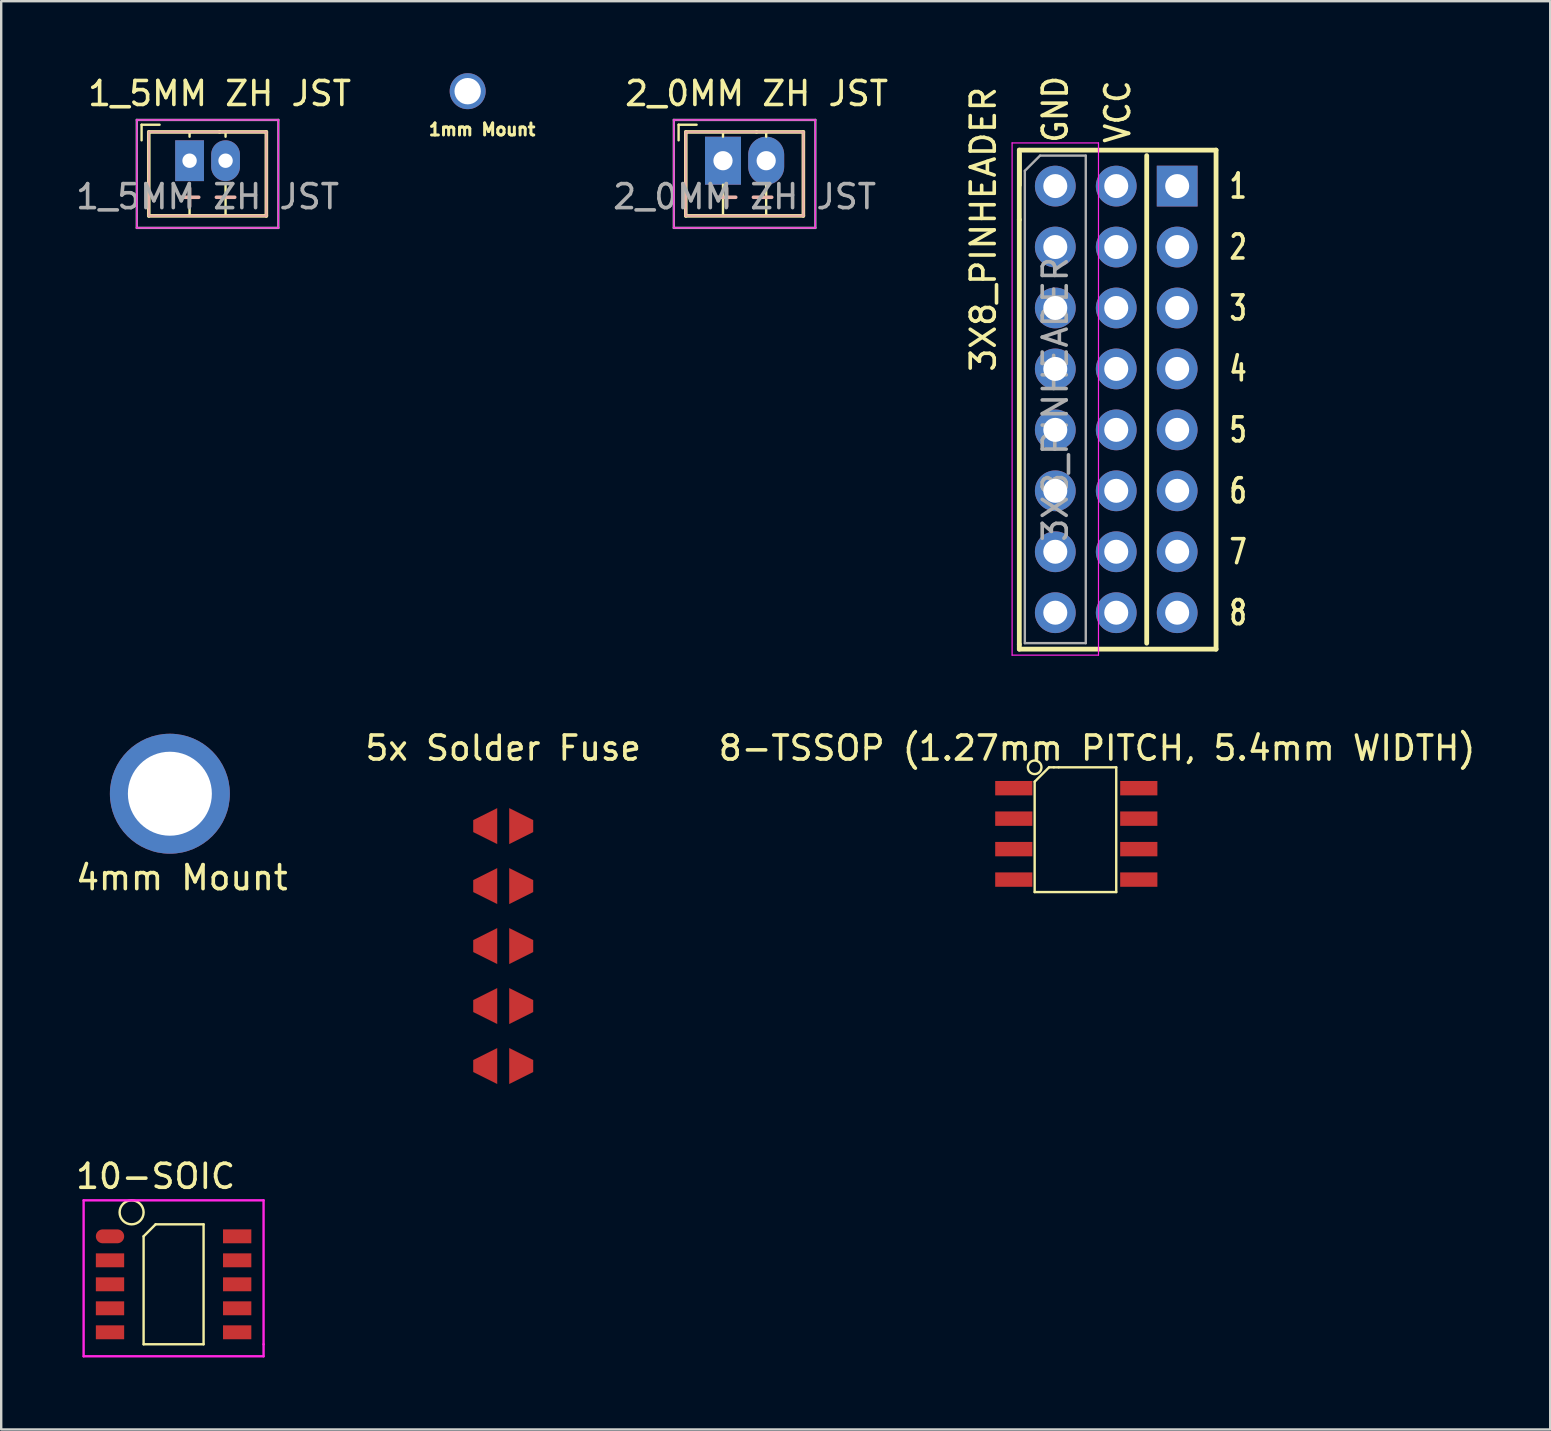
<source format=kicad_pcb>
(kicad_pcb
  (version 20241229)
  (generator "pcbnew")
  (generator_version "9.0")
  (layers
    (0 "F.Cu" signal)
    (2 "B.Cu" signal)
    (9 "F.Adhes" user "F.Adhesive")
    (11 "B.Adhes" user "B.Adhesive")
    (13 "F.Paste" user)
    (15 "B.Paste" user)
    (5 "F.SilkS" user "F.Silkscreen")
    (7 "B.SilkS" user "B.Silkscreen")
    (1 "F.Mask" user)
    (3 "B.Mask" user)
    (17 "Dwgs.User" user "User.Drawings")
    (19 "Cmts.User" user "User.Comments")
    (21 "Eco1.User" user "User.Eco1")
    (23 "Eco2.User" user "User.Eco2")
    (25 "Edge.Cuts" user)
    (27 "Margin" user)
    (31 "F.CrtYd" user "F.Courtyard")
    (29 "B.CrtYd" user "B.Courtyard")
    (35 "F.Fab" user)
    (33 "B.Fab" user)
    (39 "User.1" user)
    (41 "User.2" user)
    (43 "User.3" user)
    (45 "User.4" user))
  (footprint "1_5MM ZH JST"
    (layer "F.Cu")
    (at 4.601 3.648)
    (property "Reference" "1_5MM ZH JST" (at 1.5 -2.8 0) (layer "F.SilkS") (effects (font (size 1 1) (thickness 0.15))))
    (attr through_hole)
    (fp_line (start -1.75 -1.5) (end -1.75 -0.85) (stroke (width 0.1) (type solid)) (layer "F.SilkS"))
    (fp_line (start -1.45 -1.2) (end -1.45 2.3) (stroke (width 0.15) (type solid)) (layer "F.SilkS"))
    (fp_line (start -1.45 2.3) (end 3.45 2.3) (stroke (width 0.15) (type solid)) (layer "F.SilkS"))
    (fp_line (start -1 -1.5) (end -1.75 -1.5) (stroke (width 0.1) (type solid)) (layer "F.SilkS"))
    (fp_line (start 0.25 -1.2) (end 0.25 -1) (stroke (width 0.1) (type solid)) (layer "F.SilkS"))
    (fp_line (start 0.25 1) (end 0.25 2.3) (stroke (width 0.1) (type solid)) (layer "F.SilkS"))
    (fp_line (start 1.5 -1.2) (end -1.45 -1.2) (stroke (width 0.15) (type solid)) (layer "F.SilkS"))
    (fp_line (start 1.75 -1) (end 1.75 -1.2) (stroke (width 0.1) (type solid)) (layer "F.SilkS"))
    (fp_line (start 1.75 1) (end 1.75 2.3) (stroke (width 0.1) (type solid)) (layer "F.SilkS"))
    (fp_line (start 3.45 -1.2) (end 1.5 -1.2) (stroke (width 0.15) (type solid)) (layer "F.SilkS"))
    (fp_line (start 3.45 2.3) (end 3.45 -1.2) (stroke (width 0.15) (type solid)) (layer "F.SilkS"))
    (fp_line (start -1.45 -1.2) (end -1.45 2.3) (stroke (width 0.1) (type solid)) (layer "B.SilkS"))
    (fp_line (start -1.45 2.3) (end 3.45 2.3) (stroke (width 0.1) (type solid)) (layer "B.SilkS"))
    (fp_line (start 3.45 -1.2) (end -1.45 -1.2) (stroke (width 0.1) (type solid)) (layer "B.SilkS"))
    (fp_line (start 3.45 2.3) (end 3.45 -1.2) (stroke (width 0.1) (type solid)) (layer "B.SilkS"))
    (fp_line (start -1.95 -1.7) (end -1.95 2.8) (stroke (width 0.05) (type solid)) (layer "F.CrtYd"))
    (fp_line (start -1.95 2.8) (end 3.95 2.8) (stroke (width 0.05) (type solid)) (layer "F.CrtYd"))
    (fp_line (start 3.95 -1.7) (end -1.95 -1.7) (stroke (width 0.05) (type solid)) (layer "F.CrtYd"))
    (fp_line (start 3.95 2.8) (end 3.95 -1.7) (stroke (width 0.05) (type solid)) (layer "F.CrtYd"))
    (fp_line (start -1.95 -1.7) (end -1.95 2.8) (stroke (width 0.1) (type solid)) (layer "F.Fab"))
    (fp_line (start -1.95 2.8) (end 3.95 2.8) (stroke (width 0.1) (type solid)) (layer "F.Fab"))
    (fp_line (start 3.95 -1.7) (end -1.95 -1.7) (stroke (width 0.1) (type solid)) (layer "F.Fab"))
    (fp_line (start 3.95 2.8) (end 3.95 -1.7) (stroke (width 0.1) (type solid)) (layer "F.Fab"))
    (fp_text user "+" (at 0.25 1.45 0) (layer "B.SilkS") (effects (font (size 1 1) (thickness 0.15)) (justify mirror)))
    (fp_text user "-" (at 1.75 1.45 0) (layer "B.SilkS") (effects (font (size 1 1) (thickness 0.15)) (justify mirror)))
    (fp_text user "${REFERENCE}" (at 1 1.5 0) (layer "F.Fab") (effects (font (size 1 1) (thickness 0.15))))
    (pad "1" thru_hole rect (at 0.25 0) (size 1.2 1.7) (drill 0.6) (layers "*.Cu" "*.Mask"))
    (pad "2" thru_hole oval (at 1.75 0) (size 1.2 1.7) (drill 0.6) (layers "*.Cu" "*.Mask")))
  (footprint "10-SOIC"
    (layer "F.Cu")
    (at 3.435 45.478)
    (property "Reference" "10-SOIC" (at 0 0.5 0) (layer "F.SilkS") (effects (font (size 1 1) (thickness 0.15))))
    (attr through_hole)
    (fp_line (start -0.5 3) (end -0.5 7.5) (stroke (width 0.1) (type solid)) (layer "F.SilkS"))
    (fp_line (start -0.5 7.5) (end 2 7.5) (stroke (width 0.1) (type solid)) (layer "F.SilkS"))
    (fp_line (start 0 2.5) (end -0.5 3) (stroke (width 0.1) (type solid)) (layer "F.SilkS"))
    (fp_line (start 2 2.5) (end 0 2.5) (stroke (width 0.1) (type solid)) (layer "F.SilkS"))
    (fp_line (start 2 7.5) (end 2 2.5) (stroke (width 0.1) (type solid)) (layer "F.SilkS"))
    (fp_circle (center -1 2) (end -0.5 2) (stroke (width 0.1) (type solid)) (fill no) (layer "F.SilkS"))
    (fp_line (start -3 1.5) (end -3 8) (stroke (width 0.1) (type solid)) (layer "F.CrtYd"))
    (fp_line (start -3 8) (end 4.5 8) (stroke (width 0.1) (type solid)) (layer "F.CrtYd"))
    (fp_line (start 4.5 1.5) (end -3 1.5) (stroke (width 0.1) (type solid)) (layer "F.CrtYd"))
    (fp_line (start 4.5 7.5) (end 4.5 1.5) (stroke (width 0.1) (type solid)) (layer "F.CrtYd"))
    (fp_line (start 4.5 8) (end 4.5 7.5) (stroke (width 0.1) (type solid)) (layer "F.CrtYd"))
    (pad "1" smd oval (at -1.9 3) (size 1.18 0.58) (layers "F.Cu" "F.Mask" "F.Paste"))
    (pad "2" smd rect (at -1.9 4) (size 1.18 0.58) (layers "F.Cu" "F.Mask" "F.Paste"))
    (pad "3" smd rect (at -1.9 5) (size 1.18 0.58) (layers "F.Cu" "F.Mask" "F.Paste"))
    (pad "4" smd rect (at -1.9 6) (size 1.18 0.58) (layers "F.Cu" "F.Mask" "F.Paste"))
    (pad "5" smd rect (at -1.9 7) (size 1.18 0.58) (layers "F.Cu" "F.Mask" "F.Paste"))
    (pad "6" smd rect (at 3.4 7) (size 1.18 0.58) (layers "F.Cu" "F.Mask" "F.Paste"))
    (pad "7" smd rect (at 3.4 6) (size 1.18 0.58) (layers "F.Cu" "F.Mask" "F.Paste"))
    (pad "8" smd rect (at 3.4 5) (size 1.18 0.58) (layers "F.Cu" "F.Mask" "F.Paste"))
    (pad "9" smd rect (at 3.4 4) (size 1.18 0.58) (layers "F.Cu" "F.Mask" "F.Paste"))
    (pad "10" smd rect (at 3.4 3) (size 1.18 0.58) (layers "F.Cu" "F.Mask" "F.Paste")))
  (footprint "1mm Mount"
    (layer "F.Cu")
    (at 16.442 0.75)
    (property "Reference" "1mm Mount" (at 0.6 1.6 0) (layer "F.SilkS") (effects (font (size 0.5 0.5) (thickness 0.125))))
    (attr through_hole)
    (pad "1" thru_hole circle (at 0 0) (size 1.5 1.5) (drill 1.1) (layers "*.Cu" "*.Mask")))
  (footprint "2_0MM ZH JST"
    (layer "F.Cu")
    (at 26.983 3.648)
    (property "Reference" "2_0MM ZH JST" (at 1.5 -2.8 0) (layer "F.SilkS") (effects (font (size 1 1) (thickness 0.15))))
    (attr through_hole)
    (fp_line (start -1.75 -1.5) (end -1.75 -0.85) (stroke (width 0.1) (type solid)) (layer "F.SilkS"))
    (fp_line (start -1.45 -1.2) (end -1.45 2.3) (stroke (width 0.15) (type solid)) (layer "F.SilkS"))
    (fp_line (start -1.45 2.3) (end 3.45 2.3) (stroke (width 0.15) (type solid)) (layer "F.SilkS"))
    (fp_line (start -1 -1.5) (end -1.75 -1.5) (stroke (width 0.1) (type solid)) (layer "F.SilkS"))
    (fp_line (start 0.1 -1.2) (end 0.1 -1) (stroke (width 0.1) (type solid)) (layer "F.SilkS"))
    (fp_line (start 0.1 1) (end 0.1 2.3) (stroke (width 0.1) (type solid)) (layer "F.SilkS"))
    (fp_line (start 1.5 -1.2) (end -1.45 -1.2) (stroke (width 0.15) (type solid)) (layer "F.SilkS"))
    (fp_line (start 1.9 -1) (end 1.9 -1.2) (stroke (width 0.1) (type solid)) (layer "F.SilkS"))
    (fp_line (start 1.9 1) (end 1.9 2.3) (stroke (width 0.1) (type solid)) (layer "F.SilkS"))
    (fp_line (start 3.45 -1.2) (end 1.5 -1.2) (stroke (width 0.15) (type solid)) (layer "F.SilkS"))
    (fp_line (start 3.45 2.3) (end 3.45 -1.2) (stroke (width 0.15) (type solid)) (layer "F.SilkS"))
    (fp_line (start -1.45 -1.2) (end -1.45 2.3) (stroke (width 0.1) (type solid)) (layer "B.SilkS"))
    (fp_line (start -1.45 2.3) (end 3.45 2.3) (stroke (width 0.1) (type solid)) (layer "B.SilkS"))
    (fp_line (start 3.45 -1.2) (end -1.45 -1.2) (stroke (width 0.1) (type solid)) (layer "B.SilkS"))
    (fp_line (start 3.45 2.3) (end 3.45 -1.2) (stroke (width 0.1) (type solid)) (layer "B.SilkS"))
    (fp_line (start -1.95 -1.7) (end -1.95 2.8) (stroke (width 0.05) (type solid)) (layer "F.CrtYd"))
    (fp_line (start -1.95 2.8) (end 3.95 2.8) (stroke (width 0.05) (type solid)) (layer "F.CrtYd"))
    (fp_line (start 3.95 -1.7) (end -1.95 -1.7) (stroke (width 0.05) (type solid)) (layer "F.CrtYd"))
    (fp_line (start 3.95 2.8) (end 3.95 -1.7) (stroke (width 0.05) (type solid)) (layer "F.CrtYd"))
    (fp_line (start -1.95 -1.7) (end -1.95 2.8) (stroke (width 0.1) (type solid)) (layer "F.Fab"))
    (fp_line (start -1.95 2.8) (end 3.95 2.8) (stroke (width 0.1) (type solid)) (layer "F.Fab"))
    (fp_line (start 3.95 -1.7) (end -1.95 -1.7) (stroke (width 0.1) (type solid)) (layer "F.Fab"))
    (fp_line (start 3.95 2.8) (end 3.95 -1.7) (stroke (width 0.1) (type solid)) (layer "F.Fab"))
    (fp_text user "-" (at 1.75 1.45 0) (layer "B.SilkS") (effects (font (size 1 1) (thickness 0.15)) (justify mirror)))
    (fp_text user "+" (at 0.25 1.45 0) (layer "B.SilkS") (effects (font (size 1 1) (thickness 0.15)) (justify mirror)))
    (fp_text user "${REFERENCE}" (at 1 1.5 0) (layer "F.Fab") (effects (font (size 1 1) (thickness 0.15))))
    (pad "1" thru_hole rect (at 0.1 0) (size 1.5 2) (drill 0.8) (layers "*.Cu" "*.Mask"))
    (pad "2" thru_hole oval (at 1.9 0) (size 1.5 2) (drill 0.8) (layers "*.Cu" "*.Mask")))
  (footprint "8-TSSOP (1.27mm PITCH, 5.4mm WIDTH)"
    (layer "F.Cu")
    (at 41.873 28.53)
    (property "Reference" "8-TSSOP (1.27mm PITCH, 5.4mm WIDTH)" (at 0.8 -0.4 0) (layer "F.SilkS") (effects (font (size 1 1) (thickness 0.15))))
    (attr through_hole)
    (fp_line (start -1.8 1) (end -1.8 5.6) (stroke (width 0.1) (type solid)) (layer "F.SilkS"))
    (fp_line (start -1.8 5.6) (end 1.6 5.6) (stroke (width 0.1) (type solid)) (layer "F.SilkS"))
    (fp_line (start -1.2 0.4) (end -1.8 1) (stroke (width 0.1) (type solid)) (layer "F.SilkS"))
    (fp_line (start -1 0.4) (end -1.2 0.4) (stroke (width 0.1) (type solid)) (layer "F.SilkS"))
    (fp_line (start -0.8 0.4) (end -1 0.4) (stroke (width 0.1) (type solid)) (layer "F.SilkS"))
    (fp_line (start 1.6 0.4) (end -0.8 0.4) (stroke (width 0.1) (type solid)) (layer "F.SilkS"))
    (fp_line (start 1.6 5.6) (end 1.6 0.4) (stroke (width 0.1) (type solid)) (layer "F.SilkS"))
    (fp_circle (center -1.8 0.4) (end -1.6 0.2) (stroke (width 0.1) (type solid)) (fill no) (layer "F.SilkS"))
    (pad "1" smd rect (at -2.67 1.27) (size 1.55 0.6) (layers "F.Cu" "F.Mask" "F.Paste"))
    (pad "2" smd rect (at -2.67 2.54) (size 1.55 0.6) (layers "F.Cu" "F.Mask" "F.Paste"))
    (pad "3" smd rect (at -2.67 3.81) (size 1.55 0.6) (layers "F.Cu" "F.Mask" "F.Paste"))
    (pad "4" smd rect (at -2.67 5.08) (size 1.55 0.6) (layers "F.Cu" "F.Mask" "F.Paste"))
    (pad "5" smd rect (at 2.54 5.08) (size 1.55 0.6) (layers "F.Cu" "F.Mask" "F.Paste"))
    (pad "6" smd rect (at 2.54 3.81) (size 1.55 0.6) (layers "F.Cu" "F.Mask" "F.Paste"))
    (pad "7" smd rect (at 2.54 2.54) (size 1.55 0.6) (layers "F.Cu" "F.Mask" "F.Paste"))
    (pad "8" smd rect (at 2.54 1.27) (size 1.55 0.6) (layers "F.Cu" "F.Mask" "F.Paste")))
  (footprint "3X8_PINHEADER"
    (layer "F.Cu")
    (at 40.933 4.706)
    (property "Reference" "3X8_PINHEADER" (at -3 1.8 90) (layer "F.SilkS") (effects (font (size 1 1) (thickness 0.15))))
    (attr through_hole)
    (fp_line (start -1.5 -1.5) (end -1.5 1.4) (stroke (width 0.2) (type solid)) (layer "F.SilkS"))
    (fp_line (start -1.5 1.27) (end -1.5 19.11) (stroke (width 0.12) (type solid)) (layer "F.SilkS"))
    (fp_line (start -1.5 1.4) (end -1.5 19.1) (stroke (width 0.2) (type solid)) (layer "F.SilkS"))
    (fp_line (start -1.5 19.1) (end -1.5 19.3) (stroke (width 0.2) (type solid)) (layer "F.SilkS"))
    (fp_line (start -1.5 19.3) (end 6.7 19.3) (stroke (width 0.2) (type solid)) (layer "F.SilkS"))
    (fp_line (start -1.46 -0.03) (end -1.46 -1.36) (stroke (width 0.12) (type solid)) (layer "F.SilkS"))
    (fp_line (start 3.81 -1.27) (end 3.81 19.05) (stroke (width 0.2) (type solid)) (layer "F.SilkS"))
    (fp_line (start 6.7 -1.5) (end -1.5 -1.5) (stroke (width 0.2) (type solid)) (layer "F.SilkS"))
    (fp_line (start 6.7 19.3) (end 6.7 -1.5) (stroke (width 0.2) (type solid)) (layer "F.SilkS"))
    (fp_line (start -1.8 -1.8) (end -1.8 19.55) (stroke (width 0.05) (type solid)) (layer "F.CrtYd"))
    (fp_line (start -1.8 19.55) (end 1.8 19.55) (stroke (width 0.05) (type solid)) (layer "F.CrtYd"))
    (fp_line (start 1.8 -1.8) (end -1.8 -1.8) (stroke (width 0.05) (type solid)) (layer "F.CrtYd"))
    (fp_line (start 1.8 19.55) (end 1.8 -1.8) (stroke (width 0.05) (type solid)) (layer "F.CrtYd"))
    (fp_line (start -1.27 -0.635) (end -0.635 -1.27) (stroke (width 0.1) (type solid)) (layer "F.Fab"))
    (fp_line (start -1.27 19.05) (end -1.27 -0.635) (stroke (width 0.1) (type solid)) (layer "F.Fab"))
    (fp_line (start -0.635 -1.27) (end 1.27 -1.27) (stroke (width 0.1) (type solid)) (layer "F.Fab"))
    (fp_line (start 1.27 -1.27) (end 1.27 19.05) (stroke (width 0.1) (type solid)) (layer "F.Fab"))
    (fp_line (start 1.27 19.05) (end -1.27 19.05) (stroke (width 0.1) (type solid)) (layer "F.Fab"))
    (fp_text user "1" (at 7.62 0 0) (layer "F.SilkS") (effects (font (size 1 0.7) (thickness 0.15))))
    (fp_text user "GND" (at 0 -3.2 90) (layer "F.SilkS") (effects (font (size 1 0.9) (thickness 0.15))))
    (fp_text user "4" (at 7.62 7.62 0) (layer "F.SilkS") (effects (font (size 1 0.7) (thickness 0.15))))
    (fp_text user "5" (at 7.62 10.16 0) (layer "F.SilkS") (effects (font (size 1 0.7) (thickness 0.15))))
    (fp_text user "7" (at 7.62 15.24 0) (layer "F.SilkS") (effects (font (size 1 0.7) (thickness 0.15))))
    (fp_text user "6" (at 7.62 12.7 0) (layer "F.SilkS") (effects (font (size 1 0.7) (thickness 0.15))))
    (fp_text user "3" (at 7.62 5.08 0) (layer "F.SilkS") (effects (font (size 1 0.7) (thickness 0.15))))
    (fp_text user "VCC" (at 2.6 -3.1 90) (layer "F.SilkS") (effects (font (size 1 0.9) (thickness 0.15))))
    (fp_text user "2" (at 7.62 2.54 0) (layer "F.SilkS") (effects (font (size 1 0.7) (thickness 0.15))))
    (fp_text user "8" (at 7.62 17.78 0) (layer "F.SilkS") (effects (font (size 1 0.7) (thickness 0.15))))
    (fp_text user "${REFERENCE}" (at 0 8.89 90) (layer "F.Fab") (effects (font (size 1 1) (thickness 0.15))))
    (pad "1" thru_hole rect (at 5.08 0) (size 1.7 1.7) (drill 1) (layers "*.Cu" "*.Mask"))
    (pad "2" thru_hole oval (at 5.08 2.54) (size 1.7 1.7) (drill 1) (layers "*.Cu" "*.Mask"))
    (pad "3" thru_hole oval (at 5.08 5.08) (size 1.7 1.7) (drill 1) (layers "*.Cu" "*.Mask"))
    (pad "4" thru_hole oval (at 5.08 7.62) (size 1.7 1.7) (drill 1) (layers "*.Cu" "*.Mask"))
    (pad "5" thru_hole oval (at 5.08 10.16) (size 1.7 1.7) (drill 1) (layers "*.Cu" "*.Mask"))
    (pad "6" thru_hole oval (at 5.08 12.7) (size 1.7 1.7) (drill 1) (layers "*.Cu" "*.Mask"))
    (pad "7" thru_hole oval (at 5.08 15.24) (size 1.7 1.7) (drill 1) (layers "*.Cu" "*.Mask"))
    (pad "8" thru_hole oval (at 5.08 17.78) (size 1.7 1.7) (drill 1) (layers "*.Cu" "*.Mask"))
    (pad "9" thru_hole oval (at 2.54 0) (size 1.7 1.7) (drill 1) (layers "*.Cu" "*.Mask"))
    (pad "9" thru_hole oval (at 2.54 2.54) (size 1.7 1.7) (drill 1) (layers "*.Cu" "*.Mask"))
    (pad "9" thru_hole oval (at 2.54 5.08) (size 1.7 1.7) (drill 1) (layers "*.Cu" "*.Mask"))
    (pad "9" thru_hole oval (at 2.54 7.62) (size 1.7 1.7) (drill 1) (layers "*.Cu" "*.Mask"))
    (pad "9" thru_hole oval (at 2.54 10.16) (size 1.7 1.7) (drill 1) (layers "*.Cu" "*.Mask"))
    (pad "9" thru_hole oval (at 2.54 12.7) (size 1.7 1.7) (drill 1) (layers "*.Cu" "*.Mask"))
    (pad "9" thru_hole oval (at 2.54 15.24) (size 1.7 1.7) (drill 1) (layers "*.Cu" "*.Mask"))
    (pad "9" thru_hole oval (at 2.54 17.78) (size 1.7 1.7) (drill 1) (layers "*.Cu" "*.Mask"))
    (pad "10" thru_hole circle (at 0 0) (size 1.7 1.7) (drill 1) (layers "*.Cu" "*.Mask"))
    (pad "10" thru_hole oval (at 0 2.54) (size 1.7 1.7) (drill 1) (layers "*.Cu" "*.Mask"))
    (pad "10" thru_hole oval (at 0 5.08) (size 1.7 1.7) (drill 1) (layers "*.Cu" "*.Mask"))
    (pad "10" thru_hole oval (at 0 7.62) (size 1.7 1.7) (drill 1) (layers "*.Cu" "*.Mask"))
    (pad "10" thru_hole oval (at 0 10.16) (size 1.7 1.7) (drill 1) (layers "*.Cu" "*.Mask"))
    (pad "10" thru_hole oval (at 0 12.7) (size 1.7 1.7) (drill 1) (layers "*.Cu" "*.Mask"))
    (pad "10" thru_hole oval (at 0 15.24) (size 1.7 1.7) (drill 1) (layers "*.Cu" "*.Mask"))
    (pad "10" thru_hole oval (at 0 17.78) (size 1.7 1.7) (drill 1) (layers "*.Cu" "*.Mask")))
  (footprint "5x Solder Fuse"
    (layer "F.Cu")
    (at 17.923 31.38)
    (property "Reference" "5x Solder Fuse" (at 0 -3.25 0) (layer "F.SilkS") (effects (font (size 1 1) (thickness 0.15))))
    (attr through_hole)
    (pad "1" smd trapezoid (at -0.75 0 90) (size 1 1) (rect_delta 0 0.5) (layers "F.Cu" "F.Mask" "F.Paste"))
    (pad "2" smd trapezoid (at -0.75 2.5 90) (size 1 1) (rect_delta 0 0.5) (layers "F.Cu" "F.Mask" "F.Paste"))
    (pad "3" smd trapezoid (at -0.75 5 90) (size 1 1) (rect_delta 0 0.5) (layers "F.Cu" "F.Mask" "F.Paste"))
    (pad "4" smd trapezoid (at -0.75 7.5 90) (size 1 1) (rect_delta 0 0.5) (layers "F.Cu" "F.Mask" "F.Paste"))
    (pad "5" smd trapezoid (at -0.75 10 90) (size 1 1) (rect_delta 0 0.5) (layers "F.Cu" "F.Mask" "F.Paste"))
    (pad "6" smd trapezoid (at 0.75 10 270) (size 1 1) (rect_delta 0 0.5) (layers "F.Cu" "F.Mask" "F.Paste"))
    (pad "7" smd trapezoid (at 0.75 7.5 270) (size 1 1) (rect_delta 0 0.5) (layers "F.Cu" "F.Mask" "F.Paste"))
    (pad "8" smd trapezoid (at 0.75 5 270) (size 1 1) (rect_delta 0 0.5) (layers "F.Cu" "F.Mask" "F.Paste"))
    (pad "9" smd trapezoid (at 0.75 2.5 270) (size 1 1) (rect_delta 0 0.5) (layers "F.Cu" "F.Mask" "F.Paste"))
    (pad "10" smd trapezoid (at 0.75 0 270) (size 1 1) (rect_delta 0 0.5) (layers "F.Cu" "F.Mask" "F.Paste")))
  (footprint "4mm Mount"
    (layer "F.Cu")
    (at 4.03 27.531)
    (property "Reference" "4mm Mount" (at 0.5 6 0) (layer "F.SilkS") (effects (font (size 1 1) (thickness 0.15))))
    (attr through_hole)
    (pad "1" thru_hole circle (at 0 2.5) (size 5 5) (drill 3.5) (layers "*.Cu" "*.Mask")))
  (gr_rect
    (start -3 -3)
    (end 61.56 56.528)
    (stroke (width 0.1) (type default))
    (fill no)
    (layer "Edge.Cuts")))
</source>
